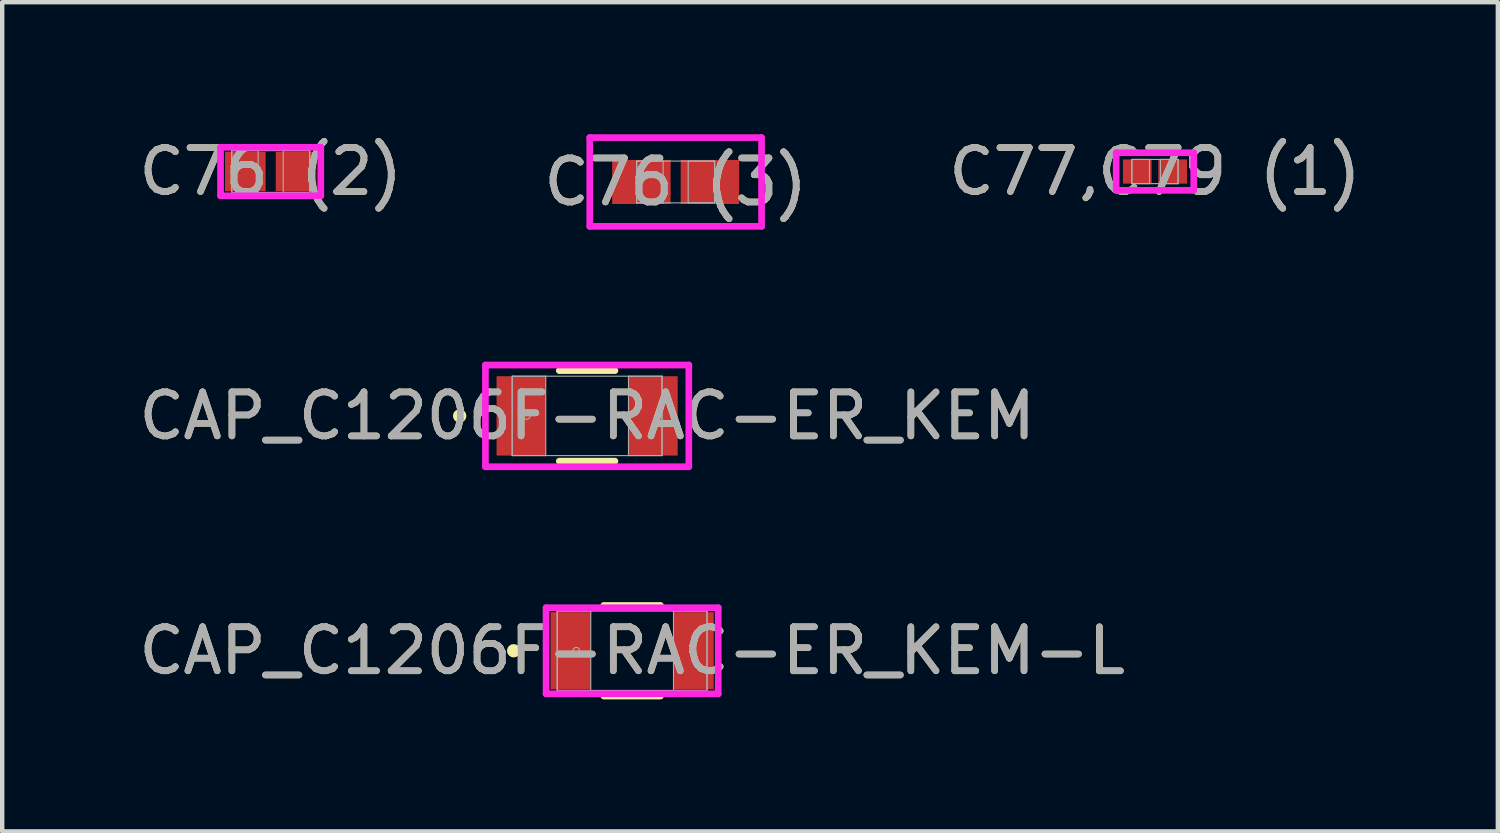
<source format=kicad_pcb>
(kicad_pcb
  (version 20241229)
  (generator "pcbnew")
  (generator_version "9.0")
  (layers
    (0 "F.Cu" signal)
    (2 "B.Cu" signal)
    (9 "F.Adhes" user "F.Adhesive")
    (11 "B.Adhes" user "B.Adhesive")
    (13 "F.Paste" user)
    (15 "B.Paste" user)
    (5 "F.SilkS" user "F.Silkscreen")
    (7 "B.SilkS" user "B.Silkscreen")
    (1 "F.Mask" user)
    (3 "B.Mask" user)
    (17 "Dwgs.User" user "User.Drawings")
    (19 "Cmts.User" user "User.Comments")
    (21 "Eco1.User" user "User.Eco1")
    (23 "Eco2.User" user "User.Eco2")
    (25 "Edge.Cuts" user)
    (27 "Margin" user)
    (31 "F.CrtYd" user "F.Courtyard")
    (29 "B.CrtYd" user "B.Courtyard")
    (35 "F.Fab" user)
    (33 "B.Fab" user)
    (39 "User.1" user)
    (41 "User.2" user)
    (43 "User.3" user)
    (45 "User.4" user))
  (footprint "CAP_C1206F-RAC-ER_KEM"
    (layer "F.Cu")
    (at 10.292 6.401)
    (property "Reference" "CAP_C1206F-RAC-ER_KEM" (at 0 0 0) (unlocked yes) (layer "F.SilkS") (effects (font (size 1 1) (thickness 0.15))))
    (attr smd)
    (fp_line (start -0.632 1.029) (end 0.632 1.029) (stroke (width 0.152) (type solid)) (layer "F.SilkS"))
    (fp_line (start 0.632 -1.029) (end -0.632 -1.029) (stroke (width 0.152) (type solid)) (layer "F.SilkS"))
    (fp_circle (center -2.896 0) (end -2.819 0) (stroke (width 0.152) (type solid)) (fill no) (layer "F.SilkS"))
    (fp_line (start -2.311 -1.156) (end 2.311 -1.156) (stroke (width 0.152) (type solid)) (layer "F.CrtYd"))
    (fp_line (start -2.311 1.156) (end -2.311 -1.156) (stroke (width 0.152) (type solid)) (layer "F.CrtYd"))
    (fp_line (start 2.311 -1.156) (end 2.311 1.156) (stroke (width 0.152) (type solid)) (layer "F.CrtYd"))
    (fp_line (start 2.311 1.156) (end -2.311 1.156) (stroke (width 0.152) (type solid)) (layer "F.CrtYd"))
    (fp_line (start -1.702 -0.902) (end -1.702 0.902) (stroke (width 0.025) (type solid)) (layer "F.Fab"))
    (fp_line (start -1.702 -0.902) (end -1.702 0.902) (stroke (width 0.025) (type solid)) (layer "F.Fab"))
    (fp_line (start -1.702 0.902) (end -0.94 0.902) (stroke (width 0.025) (type solid)) (layer "F.Fab"))
    (fp_line (start -1.702 0.902) (end 1.702 0.902) (stroke (width 0.025) (type solid)) (layer "F.Fab"))
    (fp_line (start -0.94 -0.902) (end -1.702 -0.902) (stroke (width 0.025) (type solid)) (layer "F.Fab"))
    (fp_line (start -0.94 0.902) (end -0.94 -0.902) (stroke (width 0.025) (type solid)) (layer "F.Fab"))
    (fp_line (start 0.94 -0.902) (end 0.94 0.902) (stroke (width 0.025) (type solid)) (layer "F.Fab"))
    (fp_line (start 0.94 0.902) (end 1.702 0.902) (stroke (width 0.025) (type solid)) (layer "F.Fab"))
    (fp_line (start 1.702 -0.902) (end -1.702 -0.902) (stroke (width 0.025) (type solid)) (layer "F.Fab"))
    (fp_line (start 1.702 -0.902) (end 0.94 -0.902) (stroke (width 0.025) (type solid)) (layer "F.Fab"))
    (fp_line (start 1.702 0.902) (end 1.702 -0.902) (stroke (width 0.025) (type solid)) (layer "F.Fab"))
    (fp_line (start 1.702 0.902) (end 1.702 -0.902) (stroke (width 0.025) (type solid)) (layer "F.Fab"))
    (fp_circle (center -1.372 0) (end -1.295 0) (stroke (width 0.025) (type solid)) (fill no) (layer "F.Fab"))
    (fp_text user "${REFERENCE}" (at 0 0 0) (unlocked yes) (layer "F.Fab") (effects (font (size 1 1) (thickness 0.15))))
    (pad "1" smd rect (at -1.499 0) (size 1.118 1.803) (layers "F.Cu" "F.Mask" "F.Paste"))
    (pad "2" smd rect (at 1.499 0) (size 1.118 1.803) (layers "F.Cu" "F.Mask" "F.Paste"))
    (zone (net_name "") (layer "F.Cu") (hatch full 0.508) (connect_pads) (min_thickness 0.254) (filled_areas_thickness no) (keepout (tracks not_allowed) (vias not_allowed) (pads allowed) (copperpour not_allowed) (footprints allowed)) (placement (enabled no)) (fill) (polygon (pts (xy 9.403 5.55) (xy 11.181 5.55) (xy 11.181 7.252) (xy 9.403 7.252)))))
  (footprint "CAP_C1206F-RAC-ER_KEM-L"
    (layer "F.Cu")
    (at 11.315 11.738)
    (property "Reference" "CAP_C1206F-RAC-ER_KEM-L" (at 0 0 0) (unlocked yes) (layer "F.SilkS") (effects (font (size 1 1) (thickness 0.15))))
    (attr smd)
    (fp_line (start -0.644 1.029) (end 0.644 1.029) (stroke (width 0.152) (type solid)) (layer "F.SilkS"))
    (fp_line (start 0.644 -1.029) (end -0.644 -1.029) (stroke (width 0.152) (type solid)) (layer "F.SilkS"))
    (fp_circle (center -2.692 0) (end -2.616 0) (stroke (width 0.152) (type solid)) (fill no) (layer "F.SilkS"))
    (fp_line (start -1.956 -0.978) (end 1.956 -0.978) (stroke (width 0.152) (type solid)) (layer "F.CrtYd"))
    (fp_line (start -1.956 0.978) (end -1.956 -0.978) (stroke (width 0.152) (type solid)) (layer "F.CrtYd"))
    (fp_line (start 1.956 -0.978) (end 1.956 0.978) (stroke (width 0.152) (type solid)) (layer "F.CrtYd"))
    (fp_line (start 1.956 0.978) (end -1.956 0.978) (stroke (width 0.152) (type solid)) (layer "F.CrtYd"))
    (fp_line (start -1.702 -0.902) (end -1.702 0.902) (stroke (width 0.025) (type solid)) (layer "F.Fab"))
    (fp_line (start -1.702 -0.902) (end -1.702 0.902) (stroke (width 0.025) (type solid)) (layer "F.Fab"))
    (fp_line (start -1.702 0.902) (end -0.94 0.902) (stroke (width 0.025) (type solid)) (layer "F.Fab"))
    (fp_line (start -1.702 0.902) (end 1.702 0.902) (stroke (width 0.025) (type solid)) (layer "F.Fab"))
    (fp_line (start -0.94 -0.902) (end -1.702 -0.902) (stroke (width 0.025) (type solid)) (layer "F.Fab"))
    (fp_line (start -0.94 0.902) (end -0.94 -0.902) (stroke (width 0.025) (type solid)) (layer "F.Fab"))
    (fp_line (start 0.94 -0.902) (end 0.94 0.902) (stroke (width 0.025) (type solid)) (layer "F.Fab"))
    (fp_line (start 0.94 0.902) (end 1.702 0.902) (stroke (width 0.025) (type solid)) (layer "F.Fab"))
    (fp_line (start 1.702 -0.902) (end -1.702 -0.902) (stroke (width 0.025) (type solid)) (layer "F.Fab"))
    (fp_line (start 1.702 -0.902) (end 0.94 -0.902) (stroke (width 0.025) (type solid)) (layer "F.Fab"))
    (fp_line (start 1.702 0.902) (end 1.702 -0.902) (stroke (width 0.025) (type solid)) (layer "F.Fab"))
    (fp_line (start 1.702 0.902) (end 1.702 -0.902) (stroke (width 0.025) (type solid)) (layer "F.Fab"))
    (fp_circle (center -1.27 0) (end -1.194 0) (stroke (width 0.025) (type solid)) (fill no) (layer "F.Fab"))
    (fp_text user "${REFERENCE}" (at 0 0 0) (unlocked yes) (layer "F.Fab") (effects (font (size 1 1) (thickness 0.15))))
    (pad "1" smd rect (at -1.397 0) (size 0.914 1.753) (layers "F.Cu" "F.Mask" "F.Paste"))
    (pad "2" smd rect (at 1.397 0) (size 0.914 1.753) (layers "F.Cu" "F.Mask" "F.Paste"))
    (zone (net_name "") (layer "F.Cu") (hatch full 0.508) (connect_pads) (min_thickness 0.254) (filled_areas_thickness no) (keepout (tracks not_allowed) (vias not_allowed) (pads allowed) (copperpour not_allowed) (footprints allowed)) (placement (enabled no)) (fill) (polygon (pts (xy 10.426 10.887) (xy 12.204 10.887) (xy 12.204 12.589) (xy 10.426 12.589)))))
  (footprint "C76 (3)"
    (layer "F.Cu")
    (at 12.304 1.085)
    (property "Reference" "C76 (3)" (at 0 0 0) (unlocked yes) (layer "F.SilkS") (effects (font (size 1 1) (thickness 0.15))))
    (attr smd)
    (fp_line (start -1.952 -1.008) (end 1.952 -1.008) (stroke (width 0.152) (type solid)) (layer "F.CrtYd"))
    (fp_line (start -1.952 1.008) (end -1.952 -1.008) (stroke (width 0.152) (type solid)) (layer "F.CrtYd"))
    (fp_line (start 1.952 -1.008) (end 1.952 1.008) (stroke (width 0.152) (type solid)) (layer "F.CrtYd"))
    (fp_line (start 1.952 1.008) (end -1.952 1.008) (stroke (width 0.152) (type solid)) (layer "F.CrtYd"))
    (fp_line (start -0.885 -0.475) (end -0.885 0.475) (stroke (width 0.025) (type solid)) (layer "F.Fab"))
    (fp_line (start -0.885 -0.475) (end -0.885 0.475) (stroke (width 0.025) (type solid)) (layer "F.Fab"))
    (fp_line (start -0.885 0.475) (end -0.285 0.475) (stroke (width 0.025) (type solid)) (layer "F.Fab"))
    (fp_line (start -0.885 0.475) (end 0.885 0.475) (stroke (width 0.025) (type solid)) (layer "F.Fab"))
    (fp_line (start -0.285 -0.475) (end -0.885 -0.475) (stroke (width 0.025) (type solid)) (layer "F.Fab"))
    (fp_line (start -0.285 0.475) (end -0.285 -0.475) (stroke (width 0.025) (type solid)) (layer "F.Fab"))
    (fp_line (start 0.285 -0.475) (end 0.285 0.475) (stroke (width 0.025) (type solid)) (layer "F.Fab"))
    (fp_line (start 0.285 0.475) (end 0.885 0.475) (stroke (width 0.025) (type solid)) (layer "F.Fab"))
    (fp_line (start 0.885 -0.475) (end -0.885 -0.475) (stroke (width 0.025) (type solid)) (layer "F.Fab"))
    (fp_line (start 0.885 -0.475) (end 0.285 -0.475) (stroke (width 0.025) (type solid)) (layer "F.Fab"))
    (fp_line (start 0.885 0.475) (end 0.885 -0.475) (stroke (width 0.025) (type solid)) (layer "F.Fab"))
    (fp_line (start 0.885 0.475) (end 0.885 -0.475) (stroke (width 0.025) (type solid)) (layer "F.Fab"))
    (fp_text user "${REFERENCE}" (at 0 0 0) (unlocked yes) (layer "F.Fab") (effects (font (size 1 1) (thickness 0.15))))
    (pad "1" smd rect (at -0.779 0) (size 1.329 1.001) (layers "F.Cu" "F.Mask" "F.Paste"))
    (pad "2" smd rect (at 0.779 0) (size 1.329 1.001) (layers "F.Cu" "F.Mask" "F.Paste"))
    (zone (net_name "") (layer "F.Cu") (hatch full 0.508) (connect_pads) (min_thickness 0.254) (filled_areas_thickness no) (keepout (tracks not_allowed) (vias not_allowed) (pads allowed) (copperpour not_allowed) (footprints allowed)) (placement (enabled no)) (fill) (polygon (pts (xy 12.239 0.66) (xy 12.368 0.66) (xy 12.368 1.509) (xy 12.239 1.509)))))
  (footprint "C76 (2)"
    (layer "F.Cu")
    (at 3.101 0.848)
    (property "Reference" "C76 (2)" (at 0 0 0) (unlocked yes) (layer "F.SilkS") (effects (font (size 1 1) (thickness 0.15))))
    (attr smd)
    (fp_line (start -1.139 -0.551) (end 1.139 -0.551) (stroke (width 0.152) (type solid)) (layer "F.CrtYd"))
    (fp_line (start -1.139 0.551) (end -1.139 -0.551) (stroke (width 0.152) (type solid)) (layer "F.CrtYd"))
    (fp_line (start 1.139 -0.551) (end 1.139 0.551) (stroke (width 0.152) (type solid)) (layer "F.CrtYd"))
    (fp_line (start 1.139 0.551) (end -1.139 0.551) (stroke (width 0.152) (type solid)) (layer "F.CrtYd"))
    (fp_line (start -0.885 -0.475) (end -0.885 0.475) (stroke (width 0.025) (type solid)) (layer "F.Fab"))
    (fp_line (start -0.885 -0.475) (end -0.885 0.475) (stroke (width 0.025) (type solid)) (layer "F.Fab"))
    (fp_line (start -0.885 0.475) (end -0.285 0.475) (stroke (width 0.025) (type solid)) (layer "F.Fab"))
    (fp_line (start -0.885 0.475) (end 0.885 0.475) (stroke (width 0.025) (type solid)) (layer "F.Fab"))
    (fp_line (start -0.285 -0.475) (end -0.885 -0.475) (stroke (width 0.025) (type solid)) (layer "F.Fab"))
    (fp_line (start -0.285 0.475) (end -0.285 -0.475) (stroke (width 0.025) (type solid)) (layer "F.Fab"))
    (fp_line (start 0.285 -0.475) (end 0.285 0.475) (stroke (width 0.025) (type solid)) (layer "F.Fab"))
    (fp_line (start 0.285 0.475) (end 0.885 0.475) (stroke (width 0.025) (type solid)) (layer "F.Fab"))
    (fp_line (start 0.885 -0.475) (end -0.885 -0.475) (stroke (width 0.025) (type solid)) (layer "F.Fab"))
    (fp_line (start 0.885 -0.475) (end 0.285 -0.475) (stroke (width 0.025) (type solid)) (layer "F.Fab"))
    (fp_line (start 0.885 0.475) (end 0.885 -0.475) (stroke (width 0.025) (type solid)) (layer "F.Fab"))
    (fp_line (start 0.885 0.475) (end 0.885 -0.475) (stroke (width 0.025) (type solid)) (layer "F.Fab"))
    (fp_text user "${REFERENCE}" (at 0 0 0) (unlocked yes) (layer "F.Fab") (effects (font (size 1 1) (thickness 0.15))))
    (pad "1" smd rect (at -0.576 0) (size 0.922 0.899) (layers "F.Cu" "F.Mask" "F.Paste"))
    (pad "2" smd rect (at 0.576 0) (size 0.922 0.899) (layers "F.Cu" "F.Mask" "F.Paste"))
    (zone (net_name "") (layer "F.Cu") (hatch full 0.508) (connect_pads) (min_thickness 0.254) (filled_areas_thickness no) (keepout (tracks not_allowed) (vias not_allowed) (pads allowed) (copperpour not_allowed) (footprints allowed)) (placement (enabled no)) (fill) (polygon (pts (xy 3.037 0.424) (xy 3.165 0.424) (xy 3.165 1.272) (xy 3.037 1.272)))))
  (footprint "C77,C79 (1)"
    (layer "F.Cu")
    (at 23.196 0.848)
    (property "Reference" "C77,C79 (1)" (at 0 0 0) (unlocked yes) (layer "F.SilkS") (effects (font (size 1 1) (thickness 0.15))))
    (attr smd)
    (fp_line (start -0.881 -0.427) (end 0.881 -0.427) (stroke (width 0.152) (type solid)) (layer "F.CrtYd"))
    (fp_line (start -0.881 0.427) (end -0.881 -0.427) (stroke (width 0.152) (type solid)) (layer "F.CrtYd"))
    (fp_line (start 0.881 -0.427) (end 0.881 0.427) (stroke (width 0.152) (type solid)) (layer "F.CrtYd"))
    (fp_line (start 0.881 0.427) (end -0.881 0.427) (stroke (width 0.152) (type solid)) (layer "F.CrtYd"))
    (fp_line (start -0.525 -0.275) (end -0.525 0.275) (stroke (width 0.025) (type solid)) (layer "F.Fab"))
    (fp_line (start -0.525 -0.275) (end -0.525 0.275) (stroke (width 0.025) (type solid)) (layer "F.Fab"))
    (fp_line (start -0.525 0.275) (end -0.125 0.275) (stroke (width 0.025) (type solid)) (layer "F.Fab"))
    (fp_line (start -0.525 0.275) (end 0.525 0.275) (stroke (width 0.025) (type solid)) (layer "F.Fab"))
    (fp_line (start -0.125 -0.275) (end -0.525 -0.275) (stroke (width 0.025) (type solid)) (layer "F.Fab"))
    (fp_line (start -0.125 0.275) (end -0.125 -0.275) (stroke (width 0.025) (type solid)) (layer "F.Fab"))
    (fp_line (start 0.125 -0.275) (end 0.125 0.275) (stroke (width 0.025) (type solid)) (layer "F.Fab"))
    (fp_line (start 0.125 0.275) (end 0.525 0.275) (stroke (width 0.025) (type solid)) (layer "F.Fab"))
    (fp_line (start 0.525 -0.275) (end -0.525 -0.275) (stroke (width 0.025) (type solid)) (layer "F.Fab"))
    (fp_line (start 0.525 -0.275) (end 0.125 -0.275) (stroke (width 0.025) (type solid)) (layer "F.Fab"))
    (fp_line (start 0.525 0.275) (end 0.525 -0.275) (stroke (width 0.025) (type solid)) (layer "F.Fab"))
    (fp_line (start 0.525 0.275) (end 0.525 -0.275) (stroke (width 0.025) (type solid)) (layer "F.Fab"))
    (fp_text user "${REFERENCE}" (at 0 0 0) (unlocked yes) (layer "F.Fab") (effects (font (size 1 1) (thickness 0.15))))
    (pad "1" smd rect (at -0.402 0) (size 0.653 0.55) (layers "F.Cu" "F.Mask" "F.Paste"))
    (pad "2" smd rect (at 0.402 0) (size 0.653 0.55) (layers "F.Cu" "F.Mask" "F.Paste"))
    (zone (net_name "") (layer "F.Cu") (hatch full 0.508) (connect_pads) (min_thickness 0.254) (filled_areas_thickness no) (keepout (tracks not_allowed) (vias not_allowed) (pads allowed) (copperpour not_allowed) (footprints allowed)) (placement (enabled no)) (fill) (polygon (pts (xy 23.172 0.624) (xy 23.221 0.624) (xy 23.221 1.072) (xy 23.172 1.072)))))
  (gr_rect
    (start -3 -3)
    (end 30.988 15.843)
    (stroke (width 0.1) (type default))
    (fill no)
    (layer "Edge.Cuts")))
</source>
